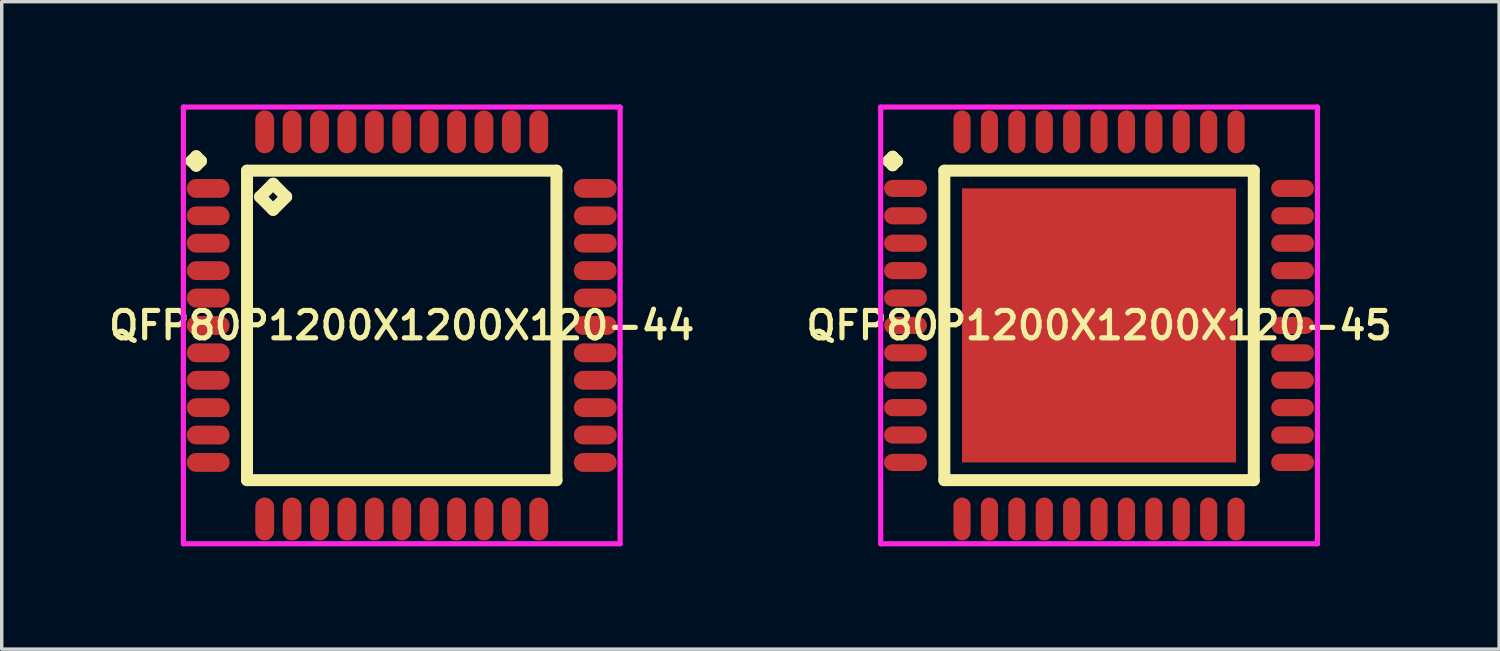
<source format=kicad_pcb>
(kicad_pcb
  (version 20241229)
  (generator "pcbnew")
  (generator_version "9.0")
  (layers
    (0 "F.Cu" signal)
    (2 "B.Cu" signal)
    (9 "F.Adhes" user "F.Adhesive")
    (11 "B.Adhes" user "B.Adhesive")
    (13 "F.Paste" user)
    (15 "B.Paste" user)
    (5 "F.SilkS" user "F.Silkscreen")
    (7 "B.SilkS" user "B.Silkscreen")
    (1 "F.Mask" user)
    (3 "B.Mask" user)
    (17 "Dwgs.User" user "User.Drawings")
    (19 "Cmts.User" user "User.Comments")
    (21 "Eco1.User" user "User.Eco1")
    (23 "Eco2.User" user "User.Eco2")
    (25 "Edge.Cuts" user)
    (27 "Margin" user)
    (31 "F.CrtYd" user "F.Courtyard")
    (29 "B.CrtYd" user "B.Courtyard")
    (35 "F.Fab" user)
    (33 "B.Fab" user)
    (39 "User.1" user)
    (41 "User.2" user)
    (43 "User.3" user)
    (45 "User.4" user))
  (footprint "QFP80P1200X1200X120-44"
    (layer "F.Cu")
    (at 8.678 6.45)
    (property "Reference" "QFP80P1200X1200X120-44" (at 0 0 0) (layer "F.SilkS") (effects (font (size 0.8 0.8) (thickness 0.15))))
    (attr smd)
    (fp_line (start -6.138 -4.8) (end -6 -4.938) (stroke (width 0.35) (type solid)) (layer "F.SilkS"))
    (fp_line (start -6 -4.938) (end -5.862 -4.8) (stroke (width 0.35) (type solid)) (layer "F.SilkS"))
    (fp_line (start -6 -4.662) (end -6.138 -4.8) (stroke (width 0.35) (type solid)) (layer "F.SilkS"))
    (fp_line (start -5.862 -4.8) (end -6 -4.662) (stroke (width 0.35) (type solid)) (layer "F.SilkS"))
    (fp_line (start -4.517 -4.517) (end -4.517 4.517) (stroke (width 0.35) (type solid)) (layer "F.SilkS"))
    (fp_line (start -4.517 4.517) (end 4.517 4.517) (stroke (width 0.35) (type solid)) (layer "F.SilkS"))
    (fp_line (start -4.136 -3.755) (end -3.755 -4.136) (stroke (width 0.35) (type solid)) (layer "F.SilkS"))
    (fp_line (start -3.755 -4.136) (end -3.374 -3.755) (stroke (width 0.35) (type solid)) (layer "F.SilkS"))
    (fp_line (start -3.755 -3.374) (end -4.136 -3.755) (stroke (width 0.35) (type solid)) (layer "F.SilkS"))
    (fp_line (start -3.374 -3.755) (end -3.755 -3.374) (stroke (width 0.35) (type solid)) (layer "F.SilkS"))
    (fp_line (start 4.517 -4.517) (end -4.517 -4.517) (stroke (width 0.35) (type solid)) (layer "F.SilkS"))
    (fp_line (start 4.517 4.517) (end 4.517 -4.517) (stroke (width 0.35) (type solid)) (layer "F.SilkS"))
    (fp_line (start -6.375 -6.375) (end 6.375 -6.375) (stroke (width 0.15) (type solid)) (layer "F.CrtYd"))
    (fp_line (start -6.375 6.375) (end -6.375 -6.375) (stroke (width 0.15) (type solid)) (layer "F.CrtYd"))
    (fp_line (start 6.375 -6.375) (end 6.375 6.375) (stroke (width 0.15) (type solid)) (layer "F.CrtYd"))
    (fp_line (start 6.375 6.375) (end -6.375 6.375) (stroke (width 0.15) (type solid)) (layer "F.CrtYd"))
    (pad "1" smd oval (at -5.65 -4) (size 1.25 0.55) (layers "F.Cu" "F.Mask" "F.Paste"))
    (pad "2" smd oval (at -5.65 -3.2) (size 1.25 0.55) (layers "F.Cu" "F.Mask" "F.Paste"))
    (pad "3" smd oval (at -5.65 -2.4) (size 1.25 0.55) (layers "F.Cu" "F.Mask" "F.Paste"))
    (pad "4" smd oval (at -5.65 -1.6) (size 1.25 0.55) (layers "F.Cu" "F.Mask" "F.Paste"))
    (pad "5" smd oval (at -5.65 -0.8) (size 1.25 0.55) (layers "F.Cu" "F.Mask" "F.Paste"))
    (pad "6" smd oval (at -5.65 0) (size 1.25 0.55) (layers "F.Cu" "F.Mask" "F.Paste"))
    (pad "7" smd oval (at -5.65 0.8) (size 1.25 0.55) (layers "F.Cu" "F.Mask" "F.Paste"))
    (pad "8" smd oval (at -5.65 1.6) (size 1.25 0.55) (layers "F.Cu" "F.Mask" "F.Paste"))
    (pad "9" smd oval (at -5.65 2.4) (size 1.25 0.55) (layers "F.Cu" "F.Mask" "F.Paste"))
    (pad "10" smd oval (at -5.65 3.2) (size 1.25 0.55) (layers "F.Cu" "F.Mask" "F.Paste"))
    (pad "11" smd oval (at -5.65 4) (size 1.25 0.55) (layers "F.Cu" "F.Mask" "F.Paste"))
    (pad "12" smd oval (at -4 5.65) (size 0.55 1.25) (layers "F.Cu" "F.Mask" "F.Paste"))
    (pad "13" smd oval (at -3.2 5.65) (size 0.55 1.25) (layers "F.Cu" "F.Mask" "F.Paste"))
    (pad "14" smd oval (at -2.4 5.65) (size 0.55 1.25) (layers "F.Cu" "F.Mask" "F.Paste"))
    (pad "15" smd oval (at -1.6 5.65) (size 0.55 1.25) (layers "F.Cu" "F.Mask" "F.Paste"))
    (pad "16" smd oval (at -0.8 5.65) (size 0.55 1.25) (layers "F.Cu" "F.Mask" "F.Paste"))
    (pad "17" smd oval (at 0 5.65) (size 0.55 1.25) (layers "F.Cu" "F.Mask" "F.Paste"))
    (pad "18" smd oval (at 0.8 5.65) (size 0.55 1.25) (layers "F.Cu" "F.Mask" "F.Paste"))
    (pad "19" smd oval (at 1.6 5.65) (size 0.55 1.25) (layers "F.Cu" "F.Mask" "F.Paste"))
    (pad "20" smd oval (at 2.4 5.65) (size 0.55 1.25) (layers "F.Cu" "F.Mask" "F.Paste"))
    (pad "21" smd oval (at 3.2 5.65) (size 0.55 1.25) (layers "F.Cu" "F.Mask" "F.Paste"))
    (pad "22" smd oval (at 4 5.65) (size 0.55 1.25) (layers "F.Cu" "F.Mask" "F.Paste"))
    (pad "23" smd oval (at 5.65 4) (size 1.25 0.55) (layers "F.Cu" "F.Mask" "F.Paste"))
    (pad "24" smd oval (at 5.65 3.2) (size 1.25 0.55) (layers "F.Cu" "F.Mask" "F.Paste"))
    (pad "25" smd oval (at 5.65 2.4) (size 1.25 0.55) (layers "F.Cu" "F.Mask" "F.Paste"))
    (pad "26" smd oval (at 5.65 1.6) (size 1.25 0.55) (layers "F.Cu" "F.Mask" "F.Paste"))
    (pad "27" smd oval (at 5.65 0.8) (size 1.25 0.55) (layers "F.Cu" "F.Mask" "F.Paste"))
    (pad "28" smd oval (at 5.65 0) (size 1.25 0.55) (layers "F.Cu" "F.Mask" "F.Paste"))
    (pad "29" smd oval (at 5.65 -0.8) (size 1.25 0.55) (layers "F.Cu" "F.Mask" "F.Paste"))
    (pad "30" smd oval (at 5.65 -1.6) (size 1.25 0.55) (layers "F.Cu" "F.Mask" "F.Paste"))
    (pad "31" smd oval (at 5.65 -2.4) (size 1.25 0.55) (layers "F.Cu" "F.Mask" "F.Paste"))
    (pad "32" smd oval (at 5.65 -3.2) (size 1.25 0.55) (layers "F.Cu" "F.Mask" "F.Paste"))
    (pad "33" smd oval (at 5.65 -4) (size 1.25 0.55) (layers "F.Cu" "F.Mask" "F.Paste"))
    (pad "34" smd oval (at 4 -5.65) (size 0.55 1.25) (layers "F.Cu" "F.Mask" "F.Paste"))
    (pad "35" smd oval (at 3.2 -5.65) (size 0.55 1.25) (layers "F.Cu" "F.Mask" "F.Paste"))
    (pad "36" smd oval (at 2.4 -5.65) (size 0.55 1.25) (layers "F.Cu" "F.Mask" "F.Paste"))
    (pad "37" smd oval (at 1.6 -5.65) (size 0.55 1.25) (layers "F.Cu" "F.Mask" "F.Paste"))
    (pad "38" smd oval (at 0.8 -5.65) (size 0.55 1.25) (layers "F.Cu" "F.Mask" "F.Paste"))
    (pad "39" smd oval (at 0 -5.65) (size 0.55 1.25) (layers "F.Cu" "F.Mask" "F.Paste"))
    (pad "40" smd oval (at -0.8 -5.65) (size 0.55 1.25) (layers "F.Cu" "F.Mask" "F.Paste"))
    (pad "41" smd oval (at -1.6 -5.65) (size 0.55 1.25) (layers "F.Cu" "F.Mask" "F.Paste"))
    (pad "42" smd oval (at -2.4 -5.65) (size 0.55 1.25) (layers "F.Cu" "F.Mask" "F.Paste"))
    (pad "43" smd oval (at -3.2 -5.65) (size 0.55 1.25) (layers "F.Cu" "F.Mask" "F.Paste"))
    (pad "44" smd oval (at -4 -5.65) (size 0.55 1.25) (layers "F.Cu" "F.Mask" "F.Paste")))
  (footprint "QFP80P1200X1200X120-45"
    (layer "F.Cu")
    (at 29.035 6.45)
    (property "Reference" "QFP80P1200X1200X120-45" (at 0 0 0) (layer "F.SilkS") (effects (font (size 0.8 0.8) (thickness 0.15))))
    (attr smd)
    (fp_line (start -6.15 -4.8) (end -6.025 -4.925) (stroke (width 0.35) (type solid)) (layer "F.SilkS"))
    (fp_line (start -6.025 -4.925) (end -5.9 -4.8) (stroke (width 0.35) (type solid)) (layer "F.SilkS"))
    (fp_line (start -6.025 -4.675) (end -6.15 -4.8) (stroke (width 0.35) (type solid)) (layer "F.SilkS"))
    (fp_line (start -5.9 -4.8) (end -6.025 -4.675) (stroke (width 0.35) (type solid)) (layer "F.SilkS"))
    (fp_line (start -4.517 -4.517) (end -4.517 4.517) (stroke (width 0.35) (type solid)) (layer "F.SilkS"))
    (fp_line (start -4.517 4.517) (end 4.517 4.517) (stroke (width 0.35) (type solid)) (layer "F.SilkS"))
    (fp_line (start 4.517 -4.517) (end -4.517 -4.517) (stroke (width 0.35) (type solid)) (layer "F.SilkS"))
    (fp_line (start 4.517 4.517) (end 4.517 -4.517) (stroke (width 0.35) (type solid)) (layer "F.SilkS"))
    (fp_line (start -6.375 -6.375) (end 6.375 -6.375) (stroke (width 0.15) (type solid)) (layer "F.CrtYd"))
    (fp_line (start -6.375 6.375) (end -6.375 -6.375) (stroke (width 0.15) (type solid)) (layer "F.CrtYd"))
    (fp_line (start 6.375 -6.375) (end 6.375 6.375) (stroke (width 0.15) (type solid)) (layer "F.CrtYd"))
    (fp_line (start 6.375 6.375) (end -6.375 6.375) (stroke (width 0.15) (type solid)) (layer "F.CrtYd"))
    (pad "1" smd oval (at -5.65 -4) (size 1.25 0.5) (layers "F.Cu" "F.Mask" "F.Paste"))
    (pad "2" smd oval (at -5.65 -3.2) (size 1.25 0.5) (layers "F.Cu" "F.Mask" "F.Paste"))
    (pad "3" smd oval (at -5.65 -2.4) (size 1.25 0.5) (layers "F.Cu" "F.Mask" "F.Paste"))
    (pad "4" smd oval (at -5.65 -1.6) (size 1.25 0.5) (layers "F.Cu" "F.Mask" "F.Paste"))
    (pad "5" smd oval (at -5.65 -0.8) (size 1.25 0.5) (layers "F.Cu" "F.Mask" "F.Paste"))
    (pad "6" smd oval (at -5.65 0) (size 1.25 0.5) (layers "F.Cu" "F.Mask" "F.Paste"))
    (pad "7" smd oval (at -5.65 0.8) (size 1.25 0.5) (layers "F.Cu" "F.Mask" "F.Paste"))
    (pad "8" smd oval (at -5.65 1.6) (size 1.25 0.5) (layers "F.Cu" "F.Mask" "F.Paste"))
    (pad "9" smd oval (at -5.65 2.4) (size 1.25 0.5) (layers "F.Cu" "F.Mask" "F.Paste"))
    (pad "10" smd oval (at -5.65 3.2) (size 1.25 0.5) (layers "F.Cu" "F.Mask" "F.Paste"))
    (pad "11" smd oval (at -5.65 4) (size 1.25 0.5) (layers "F.Cu" "F.Mask" "F.Paste"))
    (pad "12" smd oval (at -4 5.65) (size 0.5 1.25) (layers "F.Cu" "F.Mask" "F.Paste"))
    (pad "13" smd oval (at -3.2 5.65) (size 0.5 1.25) (layers "F.Cu" "F.Mask" "F.Paste"))
    (pad "14" smd oval (at -2.4 5.65) (size 0.5 1.25) (layers "F.Cu" "F.Mask" "F.Paste"))
    (pad "15" smd oval (at -1.6 5.65) (size 0.5 1.25) (layers "F.Cu" "F.Mask" "F.Paste"))
    (pad "16" smd oval (at -0.8 5.65) (size 0.5 1.25) (layers "F.Cu" "F.Mask" "F.Paste"))
    (pad "17" smd oval (at 0 5.65) (size 0.5 1.25) (layers "F.Cu" "F.Mask" "F.Paste"))
    (pad "18" smd oval (at 0.8 5.65) (size 0.5 1.25) (layers "F.Cu" "F.Mask" "F.Paste"))
    (pad "19" smd oval (at 1.6 5.65) (size 0.5 1.25) (layers "F.Cu" "F.Mask" "F.Paste"))
    (pad "20" smd oval (at 2.4 5.65) (size 0.5 1.25) (layers "F.Cu" "F.Mask" "F.Paste"))
    (pad "21" smd oval (at 3.2 5.65) (size 0.5 1.25) (layers "F.Cu" "F.Mask" "F.Paste"))
    (pad "22" smd oval (at 4 5.65) (size 0.5 1.25) (layers "F.Cu" "F.Mask" "F.Paste"))
    (pad "23" smd oval (at 5.65 4) (size 1.25 0.5) (layers "F.Cu" "F.Mask" "F.Paste"))
    (pad "24" smd oval (at 5.65 3.2) (size 1.25 0.5) (layers "F.Cu" "F.Mask" "F.Paste"))
    (pad "25" smd oval (at 5.65 2.4) (size 1.25 0.5) (layers "F.Cu" "F.Mask" "F.Paste"))
    (pad "26" smd oval (at 5.65 1.6) (size 1.25 0.5) (layers "F.Cu" "F.Mask" "F.Paste"))
    (pad "27" smd oval (at 5.65 0.8) (size 1.25 0.5) (layers "F.Cu" "F.Mask" "F.Paste"))
    (pad "28" smd oval (at 5.65 0) (size 1.25 0.5) (layers "F.Cu" "F.Mask" "F.Paste"))
    (pad "29" smd oval (at 5.65 -0.8) (size 1.25 0.5) (layers "F.Cu" "F.Mask" "F.Paste"))
    (pad "30" smd oval (at 5.65 -1.6) (size 1.25 0.5) (layers "F.Cu" "F.Mask" "F.Paste"))
    (pad "31" smd oval (at 5.65 -2.4) (size 1.25 0.5) (layers "F.Cu" "F.Mask" "F.Paste"))
    (pad "32" smd oval (at 5.65 -3.2) (size 1.25 0.5) (layers "F.Cu" "F.Mask" "F.Paste"))
    (pad "33" smd oval (at 5.65 -4) (size 1.25 0.5) (layers "F.Cu" "F.Mask" "F.Paste"))
    (pad "34" smd oval (at 4 -5.65) (size 0.5 1.25) (layers "F.Cu" "F.Mask" "F.Paste"))
    (pad "35" smd oval (at 3.2 -5.65) (size 0.5 1.25) (layers "F.Cu" "F.Mask" "F.Paste"))
    (pad "36" smd oval (at 2.4 -5.65) (size 0.5 1.25) (layers "F.Cu" "F.Mask" "F.Paste"))
    (pad "37" smd oval (at 1.6 -5.65) (size 0.5 1.25) (layers "F.Cu" "F.Mask" "F.Paste"))
    (pad "38" smd oval (at 0.8 -5.65) (size 0.5 1.25) (layers "F.Cu" "F.Mask" "F.Paste"))
    (pad "39" smd oval (at 0 -5.65) (size 0.5 1.25) (layers "F.Cu" "F.Mask" "F.Paste"))
    (pad "40" smd oval (at -0.8 -5.65) (size 0.5 1.25) (layers "F.Cu" "F.Mask" "F.Paste"))
    (pad "41" smd oval (at -1.6 -5.65) (size 0.5 1.25) (layers "F.Cu" "F.Mask" "F.Paste"))
    (pad "42" smd oval (at -2.4 -5.65) (size 0.5 1.25) (layers "F.Cu" "F.Mask" "F.Paste"))
    (pad "43" smd oval (at -3.2 -5.65) (size 0.5 1.25) (layers "F.Cu" "F.Mask" "F.Paste"))
    (pad "44" smd oval (at -4 -5.65) (size 0.5 1.25) (layers "F.Cu" "F.Mask" "F.Paste"))
    (pad "45" smd rect (at 0 0) (size 8 8) (layers "F.Cu" "F.Mask" "F.Paste")))
  (gr_rect
    (start -3 -3)
    (end 40.713 15.9)
    (stroke (width 0.1) (type default))
    (fill no)
    (layer "Edge.Cuts")))
</source>
